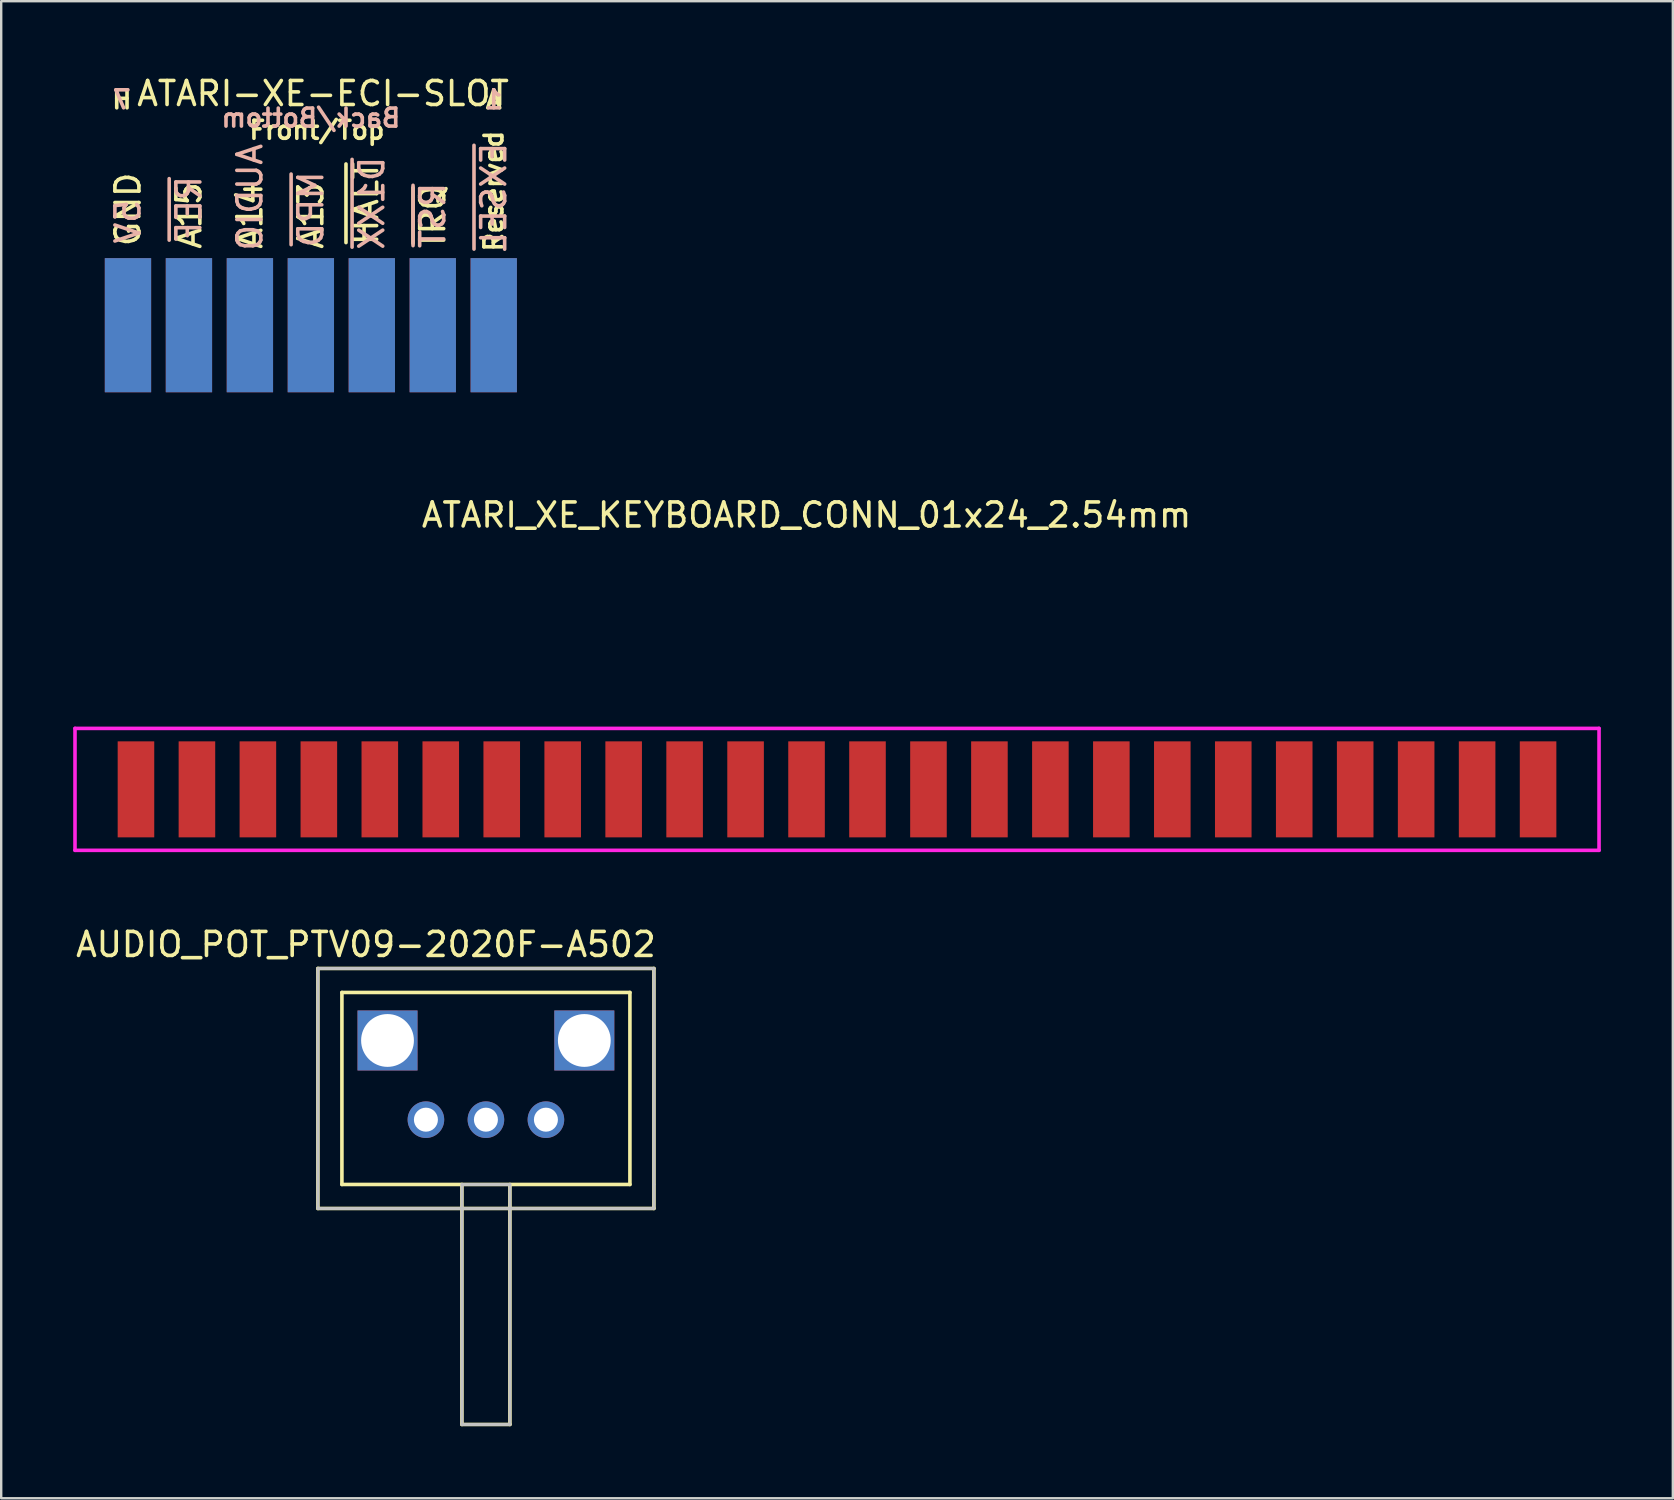
<source format=kicad_pcb>
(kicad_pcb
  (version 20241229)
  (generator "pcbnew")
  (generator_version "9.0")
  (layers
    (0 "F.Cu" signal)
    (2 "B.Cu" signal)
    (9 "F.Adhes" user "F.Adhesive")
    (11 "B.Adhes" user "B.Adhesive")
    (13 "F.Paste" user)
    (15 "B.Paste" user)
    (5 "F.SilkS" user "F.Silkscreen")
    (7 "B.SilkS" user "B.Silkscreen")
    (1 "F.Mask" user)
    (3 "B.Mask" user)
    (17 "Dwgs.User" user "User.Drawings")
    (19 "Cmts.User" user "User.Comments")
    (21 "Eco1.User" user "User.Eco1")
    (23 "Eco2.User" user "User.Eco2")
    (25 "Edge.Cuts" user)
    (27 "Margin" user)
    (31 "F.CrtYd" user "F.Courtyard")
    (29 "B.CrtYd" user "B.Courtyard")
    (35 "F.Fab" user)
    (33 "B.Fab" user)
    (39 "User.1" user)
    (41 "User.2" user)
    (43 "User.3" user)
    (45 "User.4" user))
  (footprint "AUDIO_POT_PTV09-2020F-A502"
    (layer "F.Cu")
    (at 17.196 40.302)
    (property "Reference" "AUDIO_POT_PTV09-2020F-A502" (at -5 -4 0) (layer "F.SilkS") (effects (font (size 1 1) (thickness 0.15))))
    (attr through_hole)
    (fp_line (start -7 -3) (end -7 7) (stroke (width 0.15) (type solid)) (layer "F.SilkS"))
    (fp_line (start -7 7) (end -1 7) (stroke (width 0.15) (type solid)) (layer "F.SilkS"))
    (fp_line (start -6 -2) (end -6 6) (stroke (width 0.15) (type solid)) (layer "F.SilkS"))
    (fp_line (start -6 6) (end 6 6) (stroke (width 0.15) (type solid)) (layer "F.SilkS"))
    (fp_line (start -1 6) (end -1 7) (stroke (width 0.15) (type solid)) (layer "F.SilkS"))
    (fp_line (start -1 7) (end -1 16) (stroke (width 0.15) (type solid)) (layer "F.SilkS"))
    (fp_line (start -1 7) (end 1 7) (stroke (width 0.15) (type solid)) (layer "F.SilkS"))
    (fp_line (start -1 16) (end 1 16) (stroke (width 0.15) (type solid)) (layer "F.SilkS"))
    (fp_line (start 1 7) (end 1 6) (stroke (width 0.15) (type solid)) (layer "F.SilkS"))
    (fp_line (start 1 7) (end 7 7) (stroke (width 0.15) (type solid)) (layer "F.SilkS"))
    (fp_line (start 1 16) (end 1 7) (stroke (width 0.15) (type solid)) (layer "F.SilkS"))
    (fp_line (start 6 -2) (end -6 -2) (stroke (width 0.15) (type solid)) (layer "F.SilkS"))
    (fp_line (start 6 6) (end 6 -2) (stroke (width 0.15) (type solid)) (layer "F.SilkS"))
    (fp_line (start 7 -3) (end -7 -3) (stroke (width 0.15) (type solid)) (layer "F.SilkS"))
    (fp_line (start 7 7) (end 7 -3) (stroke (width 0.15) (type solid)) (layer "F.SilkS"))
    (fp_line (start -7 -3) (end 7 -3) (stroke (width 0.12) (type solid)) (layer "Dwgs.User"))
    (fp_line (start -7 7) (end -7 -3) (stroke (width 0.12) (type solid)) (layer "Dwgs.User"))
    (fp_line (start -1 6) (end -1 16) (stroke (width 0.12) (type solid)) (layer "Dwgs.User"))
    (fp_line (start -1 16) (end 1 16) (stroke (width 0.12) (type solid)) (layer "Dwgs.User"))
    (fp_line (start 1 6) (end -1 6) (stroke (width 0.12) (type solid)) (layer "Dwgs.User"))
    (fp_line (start 1 16) (end 1 6) (stroke (width 0.12) (type solid)) (layer "Dwgs.User"))
    (fp_line (start 7 -3) (end 7 6) (stroke (width 0.12) (type solid)) (layer "Dwgs.User"))
    (fp_line (start 7 6) (end 7 7) (stroke (width 0.12) (type solid)) (layer "Dwgs.User"))
    (fp_line (start 7 7) (end -7 7) (stroke (width 0.12) (type solid)) (layer "Dwgs.User"))
    (pad "1" thru_hole circle (at -2.5 3.3) (size 1.524 1.524) (drill 1) (layers "*.Cu" "*.Mask"))
    (pad "2" thru_hole circle (at 0 3.3) (size 1.524 1.524) (drill 1) (layers "*.Cu" "*.Mask"))
    (pad "3" thru_hole circle (at 2.5 3.3) (size 1.524 1.524) (drill 1) (layers "*.Cu" "*.Mask"))
    (pad "4" thru_hole rect (at 4.1 0) (size 2.5 2.5) (drill 2.2) (layers "*.Cu" "*.Mask"))
    (pad "5" thru_hole rect (at -4.1 0) (size 2.5 2.5) (drill 2.2) (layers "*.Cu" "*.Mask")))
  (footprint "ATARI-XE-ECI-SLOT"
    (layer "F.Cu")
    (at 0.25 14.31)
    (property "Reference" "ATARI-XE-ECI-SLOT" (at 10.16 -13.462 0) (layer "F.SilkS") (effects (font (size 1 1) (thickness 0.15))))
    (attr through_hole)
    (fp_text user "Reserved" (at 17.272 -9.398 90) (layer "F.SilkS") (effects (font (size 0.75 0.75) (thickness 0.15))))
    (fp_text user "~{HALT}" (at 11.938 -8.89 90) (layer "F.SilkS") (effects (font (size 1 1) (thickness 0.15))))
    (fp_text user "~{IRQ}" (at 14.732 -8.382 90) (layer "F.SilkS") (effects (font (size 1 1) (thickness 0.15))))
    (fp_text user "A14" (at 7.112 -8.382 90) (layer "F.SilkS") (effects (font (size 1 1) (thickness 0.15))))
    (fp_text user "A15" (at 4.572 -8.382 90) (layer "F.SilkS") (effects (font (size 1 1) (thickness 0.15))))
    (fp_text user "A13" (at 9.652 -8.382 90) (layer "F.SilkS") (effects (font (size 1 1) (thickness 0.15))))
    (fp_text user "H" (at 1.778 -13.208 0) (layer "F.SilkS") (effects (font (size 0.75 0.75) (thickness 0.15))))
    (fp_text user "GND" (at 2.032 -8.636 90) (layer "F.SilkS") (effects (font (size 1 1) (thickness 0.15))))
    (fp_text user "A" (at 17.272 -13.208 0) (layer "F.SilkS") (effects (font (size 0.75 0.75) (thickness 0.15))))
    (fp_text user "Front/Top" (at 9.906 -11.938 0) (layer "F.SilkS") (effects (font (size 0.75 0.75) (thickness 0.15))))
    (fp_text user "~{EXSEL}" (at 17.272 -9.144 90) (layer "B.SilkS") (effects (font (size 1 1) (thickness 0.15)) (justify mirror)))
    (fp_text user "5V" (at 2.032 -8.128 90) (layer "B.SilkS") (effects (font (size 1 1) (thickness 0.15)) (justify mirror)))
    (fp_text user "~{RST}" (at 14.732 -8.382 90) (layer "B.SilkS") (effects (font (size 1 1) (thickness 0.15)) (justify mirror)))
    (fp_text user "Back/Bottom" (at 9.652 -12.446 0) (layer "B.SilkS") (effects (font (size 0.75 0.75) (thickness 0.15)) (justify mirror)))
    (fp_text user "AUDIO" (at 7.112 -9.144 90) (layer "B.SilkS") (effects (font (size 1 1) (thickness 0.15)) (justify mirror)))
    (fp_text user "~{REF}" (at 4.572 -8.636 90) (layer "B.SilkS") (effects (font (size 1 1) (thickness 0.15)) (justify mirror)))
    (fp_text user "~{MPD}" (at 9.652 -8.636 90) (layer "B.SilkS") (effects (font (size 1 1) (thickness 0.15)) (justify mirror)))
    (fp_text user "7" (at 1.778 -13.208 0) (layer "B.SilkS") (effects (font (size 0.75 0.75) (thickness 0.15)) (justify mirror)))
    (fp_text user "1" (at 17.272 -13.208 0) (layer "B.SilkS") (effects (font (size 0.75 0.75) (thickness 0.15)) (justify mirror)))
    (fp_text user "~{D1XX}" (at 12.192 -8.89 90) (layer "B.SilkS") (effects (font (size 1 1) (thickness 0.15)) (justify mirror)))
    (pad "1" smd rect (at 17.272 -3.81 270) (size 5.588 1.93) (layers "B.Cu" "B.Mask" "B.Paste"))
    (pad "2" smd rect (at 14.732 -3.81 270) (size 5.588 1.93) (layers "B.Cu" "B.Mask" "B.Paste"))
    (pad "3" smd rect (at 12.192 -3.81 270) (size 5.588 1.93) (layers "B.Cu" "B.Mask" "B.Paste"))
    (pad "4" smd rect (at 9.652 -3.81 270) (size 5.588 1.93) (layers "B.Cu" "B.Mask" "B.Paste"))
    (pad "5" smd rect (at 7.112 -3.81 270) (size 5.588 1.93) (layers "B.Cu" "B.Mask" "B.Paste"))
    (pad "6" smd rect (at 4.572 -3.81 270) (size 5.588 1.93) (layers "B.Cu" "B.Mask" "B.Paste"))
    (pad "7" smd rect (at 2.032 -3.81 270) (size 5.588 1.93) (layers "B.Cu" "B.Mask" "B.Paste"))
    (pad "A" smd rect (at 17.272 -3.81 270) (size 5.588 1.93) (layers "F.Cu" "F.Mask" "F.Paste"))
    (pad "B" smd rect (at 14.732 -3.81 270) (size 5.588 1.93) (layers "F.Cu" "F.Mask" "F.Paste"))
    (pad "C" smd rect (at 12.192 -3.81 270) (size 5.588 1.93) (layers "F.Cu" "F.Mask" "F.Paste"))
    (pad "D" smd rect (at 9.652 -3.81 270) (size 5.588 1.93) (layers "F.Cu" "F.Mask" "F.Paste"))
    (pad "E" smd rect (at 7.112 -3.81 270) (size 5.588 1.93) (layers "F.Cu" "F.Mask" "F.Paste"))
    (pad "F" smd rect (at 4.572 -3.81 270) (size 5.588 1.93) (layers "F.Cu" "F.Mask" "F.Paste"))
    (pad "H" smd rect (at 2.032 -3.81 270) (size 5.588 1.93) (layers "F.Cu" "F.Mask" "F.Paste")))
  (footprint "ATARI_XE_KEYBOARD_CONN_01x24_2.54mm"
    (layer "F.Cu")
    (at 30.555 28.569)
    (property "Reference" "ATARI_XE_KEYBOARD_CONN_01x24_2.54mm" (at 0 -10.16 0) (layer "F.SilkS") (effects (font (size 1 1) (thickness 0.15))))
    (attr exclude_from_pos_files exclude_from_bom)
    (fp_line (start -30.48 3.81) (end -30.48 -1.27) (stroke (width 0.15) (type solid)) (layer "F.CrtYd"))
    (fp_line (start 33.02 -1.27) (end -30.48 -1.27) (stroke (width 0.15) (type solid)) (layer "F.CrtYd"))
    (fp_line (start 33.02 -1.27) (end 33.02 3.81) (stroke (width 0.15) (type solid)) (layer "F.CrtYd"))
    (fp_line (start 33.02 3.81) (end -30.48 3.81) (stroke (width 0.15) (type solid)) (layer "F.CrtYd"))
    (pad "1" connect rect (at -27.94 1.27) (size 1.524 4) (layers "F.Cu" "F.Mask"))
    (pad "2" connect rect (at -25.4 1.27) (size 1.524 4) (layers "F.Cu" "F.Mask"))
    (pad "3" connect rect (at -22.86 1.27) (size 1.524 4) (layers "F.Cu" "F.Mask"))
    (pad "4" connect rect (at -20.32 1.27) (size 1.524 4) (layers "F.Cu" "F.Mask"))
    (pad "5" connect rect (at -17.78 1.27) (size 1.524 4) (layers "F.Cu" "F.Mask"))
    (pad "6" connect rect (at -15.24 1.27) (size 1.524 4) (layers "F.Cu" "F.Mask"))
    (pad "7" connect rect (at -12.7 1.27) (size 1.524 4) (layers "F.Cu" "F.Mask"))
    (pad "8" connect rect (at -10.16 1.27) (size 1.524 4) (layers "F.Cu" "F.Mask"))
    (pad "9" connect rect (at -7.62 1.27) (size 1.524 4) (layers "F.Cu" "F.Mask"))
    (pad "10" connect rect (at -5.08 1.27) (size 1.524 4) (layers "F.Cu" "F.Mask"))
    (pad "11" connect rect (at -2.54 1.27) (size 1.524 4) (layers "F.Cu" "F.Mask"))
    (pad "12" connect rect (at 0 1.27) (size 1.524 4) (layers "F.Cu" "F.Mask"))
    (pad "13" connect rect (at 2.54 1.27) (size 1.524 4) (layers "F.Cu" "F.Mask"))
    (pad "14" connect rect (at 5.08 1.27) (size 1.524 4) (layers "F.Cu" "F.Mask"))
    (pad "15" connect rect (at 7.62 1.27) (size 1.524 4) (layers "F.Cu" "F.Mask"))
    (pad "16" connect rect (at 10.16 1.27) (size 1.524 4) (layers "F.Cu" "F.Mask"))
    (pad "17" connect rect (at 12.7 1.27) (size 1.524 4) (layers "F.Cu" "F.Mask"))
    (pad "18" connect rect (at 15.24 1.27) (size 1.524 4) (layers "F.Cu" "F.Mask"))
    (pad "19" connect rect (at 17.78 1.27) (size 1.524 4) (layers "F.Cu" "F.Mask"))
    (pad "20" connect rect (at 20.32 1.27) (size 1.524 4) (layers "F.Cu" "F.Mask"))
    (pad "21" connect rect (at 22.86 1.27) (size 1.524 4) (layers "F.Cu" "F.Mask"))
    (pad "22" connect rect (at 25.4 1.27) (size 1.524 4) (layers "F.Cu" "F.Mask"))
    (pad "23" connect rect (at 27.94 1.27) (size 1.524 4) (layers "F.Cu" "F.Mask"))
    (pad "24" connect rect (at 30.48 1.27) (size 1.524 4) (layers "F.Cu" "F.Mask")))
  (gr_rect
    (start -3 -3)
    (end 66.65 59.377)
    (stroke (width 0.1) (type default))
    (fill no)
    (layer "Edge.Cuts")))
</source>
